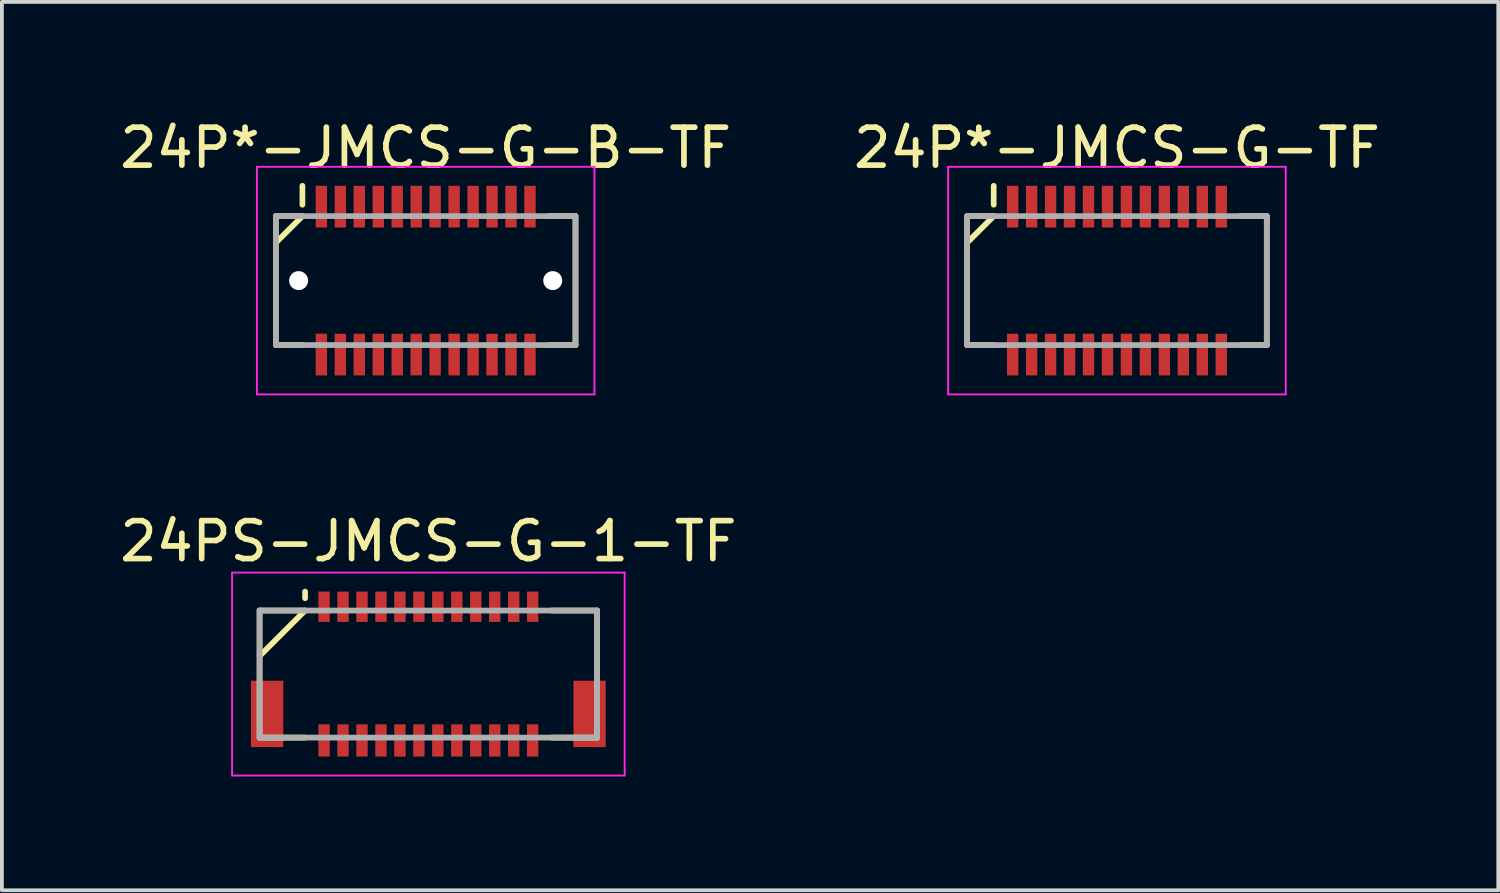
<source format=kicad_pcb>
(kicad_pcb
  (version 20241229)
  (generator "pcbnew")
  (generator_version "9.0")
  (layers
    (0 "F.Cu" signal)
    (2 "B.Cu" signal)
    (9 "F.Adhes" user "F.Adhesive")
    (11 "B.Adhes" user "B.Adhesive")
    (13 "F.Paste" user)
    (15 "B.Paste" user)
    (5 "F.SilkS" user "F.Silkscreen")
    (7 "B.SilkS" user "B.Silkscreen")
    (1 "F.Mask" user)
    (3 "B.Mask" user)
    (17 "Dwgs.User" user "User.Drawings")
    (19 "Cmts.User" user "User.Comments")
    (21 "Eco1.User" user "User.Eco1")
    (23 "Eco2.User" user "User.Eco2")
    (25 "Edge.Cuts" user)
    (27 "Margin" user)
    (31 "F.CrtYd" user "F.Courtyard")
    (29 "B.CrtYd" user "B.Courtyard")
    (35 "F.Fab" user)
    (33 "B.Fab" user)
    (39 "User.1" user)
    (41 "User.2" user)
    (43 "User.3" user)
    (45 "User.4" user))
  (footprint "24PS-JMCS-G-1-TF"
    (layer "F.Cu")
    (at 8.244 14.722)
    (property "Reference" "24PS-JMCS-G-1-TF" (at 0 -3.5 0) (layer "F.SilkS") (effects (font (size 1 1) (thickness 0.15))))
    (attr smd)
    (fp_line (start -4.45 -1.675) (end -4.45 1.675) (stroke (width 0.15) (type solid)) (layer "F.SilkS"))
    (fp_line (start -4.45 -1.675) (end -3.25 -1.675) (stroke (width 0.15) (type solid)) (layer "F.SilkS"))
    (fp_line (start -4.45 1.675) (end -3.25 1.675) (stroke (width 0.15) (type solid)) (layer "F.SilkS"))
    (fp_line (start -3.25 -2.175) (end -3.25 -2) (stroke (width 0.15) (type solid)) (layer "F.SilkS"))
    (fp_line (start -3.25 -1.675) (end -4.45 -0.475) (stroke (width 0.15) (type solid)) (layer "F.SilkS"))
    (fp_line (start 3.25 -1.675) (end 4.45 -1.675) (stroke (width 0.15) (type solid)) (layer "F.SilkS"))
    (fp_line (start 3.25 1.675) (end 4.45 1.675) (stroke (width 0.15) (type solid)) (layer "F.SilkS"))
    (fp_line (start 4.45 -1.675) (end 4.45 1.675) (stroke (width 0.15) (type solid)) (layer "F.SilkS"))
    (fp_line (start -5.175 -2.675) (end -5.175 2.675) (stroke (width 0.05) (type solid)) (layer "F.CrtYd"))
    (fp_line (start -5.175 -2.675) (end 5.175 -2.675) (stroke (width 0.05) (type solid)) (layer "F.CrtYd"))
    (fp_line (start -5.175 2.675) (end 5.175 2.675) (stroke (width 0.05) (type solid)) (layer "F.CrtYd"))
    (fp_line (start 5.175 -2.675) (end 5.175 2.675) (stroke (width 0.05) (type solid)) (layer "F.CrtYd"))
    (fp_line (start -4.45 -1.675) (end -4.45 1.675) (stroke (width 0.15) (type solid)) (layer "F.Fab"))
    (fp_line (start -4.45 -1.675) (end 4.45 -1.675) (stroke (width 0.15) (type solid)) (layer "F.Fab"))
    (fp_line (start -4.45 1.675) (end 4.45 1.675) (stroke (width 0.15) (type solid)) (layer "F.Fab"))
    (fp_line (start 4.45 -1.675) (end 4.45 1.675) (stroke (width 0.15) (type solid)) (layer "F.Fab"))
    (pad "1" smd rect (at -2.75 -1.775) (size 0.3 0.8) (layers "F.Cu" "F.Mask" "F.Paste"))
    (pad "2" smd rect (at -2.75 1.75) (size 0.3 0.85) (layers "F.Cu" "F.Mask" "F.Paste"))
    (pad "3" smd rect (at -2.25 -1.775) (size 0.3 0.8) (layers "F.Cu" "F.Mask" "F.Paste"))
    (pad "4" smd rect (at -2.25 1.75) (size 0.3 0.85) (layers "F.Cu" "F.Mask" "F.Paste"))
    (pad "5" smd rect (at -1.75 -1.775) (size 0.3 0.8) (layers "F.Cu" "F.Mask" "F.Paste"))
    (pad "6" smd rect (at -1.75 1.75) (size 0.3 0.85) (layers "F.Cu" "F.Mask" "F.Paste"))
    (pad "7" smd rect (at -1.25 -1.775) (size 0.3 0.8) (layers "F.Cu" "F.Mask" "F.Paste"))
    (pad "8" smd rect (at -1.25 1.75) (size 0.3 0.85) (layers "F.Cu" "F.Mask" "F.Paste"))
    (pad "9" smd rect (at -0.75 -1.775) (size 0.3 0.8) (layers "F.Cu" "F.Mask" "F.Paste"))
    (pad "10" smd rect (at -0.75 1.75) (size 0.3 0.85) (layers "F.Cu" "F.Mask" "F.Paste"))
    (pad "11" smd rect (at -0.25 -1.775) (size 0.3 0.8) (layers "F.Cu" "F.Mask" "F.Paste"))
    (pad "12" smd rect (at -0.25 1.75) (size 0.3 0.85) (layers "F.Cu" "F.Mask" "F.Paste"))
    (pad "13" smd rect (at 0.25 -1.775) (size 0.3 0.8) (layers "F.Cu" "F.Mask" "F.Paste"))
    (pad "14" smd rect (at 0.25 1.75) (size 0.3 0.85) (layers "F.Cu" "F.Mask" "F.Paste"))
    (pad "15" smd rect (at 0.75 -1.775) (size 0.3 0.8) (layers "F.Cu" "F.Mask" "F.Paste"))
    (pad "16" smd rect (at 0.75 1.75) (size 0.3 0.85) (layers "F.Cu" "F.Mask" "F.Paste"))
    (pad "17" smd rect (at 1.25 -1.775) (size 0.3 0.8) (layers "F.Cu" "F.Mask" "F.Paste"))
    (pad "18" smd rect (at 1.25 1.75) (size 0.3 0.85) (layers "F.Cu" "F.Mask" "F.Paste"))
    (pad "19" smd rect (at 1.75 -1.775) (size 0.3 0.8) (layers "F.Cu" "F.Mask" "F.Paste"))
    (pad "20" smd rect (at 1.75 1.75) (size 0.3 0.85) (layers "F.Cu" "F.Mask" "F.Paste"))
    (pad "21" smd rect (at 2.25 -1.775) (size 0.3 0.8) (layers "F.Cu" "F.Mask" "F.Paste"))
    (pad "22" smd rect (at 2.25 1.75) (size 0.3 0.85) (layers "F.Cu" "F.Mask" "F.Paste"))
    (pad "23" smd rect (at 2.75 -1.775) (size 0.3 0.8) (layers "F.Cu" "F.Mask" "F.Paste"))
    (pad "24" smd rect (at 2.75 1.75) (size 0.3 0.85) (layers "F.Cu" "F.Mask" "F.Paste"))
    (pad "S" smd rect (at -4.25 1.05) (size 0.85 1.75) (layers "F.Cu" "F.Mask" "F.Paste"))
    (pad "S" smd rect (at 4.25 1.05) (size 0.85 1.75) (layers "F.Cu" "F.Mask" "F.Paste")))
  (footprint "24P*-JMCS-G-TF"
    (layer "F.Cu")
    (at 26.399 4.348)
    (property "Reference" "24P*-JMCS-G-TF" (at 0 -3.5 0) (layer "F.SilkS") (effects (font (size 1 1) (thickness 0.15))))
    (attr smd)
    (fp_line (start -3.95 -1.7) (end -3.95 1.7) (stroke (width 0.15) (type solid)) (layer "F.SilkS"))
    (fp_line (start -3.95 -1.7) (end -3.25 -1.7) (stroke (width 0.15) (type solid)) (layer "F.SilkS"))
    (fp_line (start -3.95 1.7) (end -3.25 1.7) (stroke (width 0.15) (type solid)) (layer "F.SilkS"))
    (fp_line (start -3.25 -2.5) (end -3.25 -2) (stroke (width 0.15) (type solid)) (layer "F.SilkS"))
    (fp_line (start -3.25 -1.7) (end -3.95 -1) (stroke (width 0.15) (type solid)) (layer "F.SilkS"))
    (fp_line (start 3.25 -1.7) (end 3.95 -1.7) (stroke (width 0.15) (type solid)) (layer "F.SilkS"))
    (fp_line (start 3.25 1.7) (end 3.95 1.7) (stroke (width 0.15) (type solid)) (layer "F.SilkS"))
    (fp_line (start 3.95 -1.7) (end 3.95 1.7) (stroke (width 0.15) (type solid)) (layer "F.SilkS"))
    (fp_line (start -4.45 -3) (end -4.45 3) (stroke (width 0.05) (type solid)) (layer "F.CrtYd"))
    (fp_line (start -4.45 -3) (end 4.45 -3) (stroke (width 0.05) (type solid)) (layer "F.CrtYd"))
    (fp_line (start -4.45 3) (end 4.45 3) (stroke (width 0.05) (type solid)) (layer "F.CrtYd"))
    (fp_line (start 4.45 -3) (end 4.45 3) (stroke (width 0.05) (type solid)) (layer "F.CrtYd"))
    (fp_line (start -3.95 -1.7) (end -3.95 1.7) (stroke (width 0.15) (type solid)) (layer "F.Fab"))
    (fp_line (start -3.95 -1.7) (end 3.95 -1.7) (stroke (width 0.15) (type solid)) (layer "F.Fab"))
    (fp_line (start -3.95 1.7) (end 3.95 1.7) (stroke (width 0.15) (type solid)) (layer "F.Fab"))
    (fp_line (start 3.95 -1.7) (end 3.95 1.7) (stroke (width 0.15) (type solid)) (layer "F.Fab"))
    (pad "1" smd rect (at -2.75 -1.95) (size 0.3 1.1) (layers "F.Cu" "F.Mask" "F.Paste"))
    (pad "2" smd rect (at -2.75 1.95) (size 0.3 1.1) (layers "F.Cu" "F.Mask" "F.Paste"))
    (pad "3" smd rect (at -2.25 -1.95) (size 0.3 1.1) (layers "F.Cu" "F.Mask" "F.Paste"))
    (pad "4" smd rect (at -2.25 1.95) (size 0.3 1.1) (layers "F.Cu" "F.Mask" "F.Paste"))
    (pad "5" smd rect (at -1.75 -1.95) (size 0.3 1.1) (layers "F.Cu" "F.Mask" "F.Paste"))
    (pad "6" smd rect (at -1.75 1.95) (size 0.3 1.1) (layers "F.Cu" "F.Mask" "F.Paste"))
    (pad "7" smd rect (at -1.25 -1.95) (size 0.3 1.1) (layers "F.Cu" "F.Mask" "F.Paste"))
    (pad "8" smd rect (at -1.25 1.95) (size 0.3 1.1) (layers "F.Cu" "F.Mask" "F.Paste"))
    (pad "9" smd rect (at -0.75 -1.95) (size 0.3 1.1) (layers "F.Cu" "F.Mask" "F.Paste"))
    (pad "10" smd rect (at -0.75 1.95) (size 0.3 1.1) (layers "F.Cu" "F.Mask" "F.Paste"))
    (pad "11" smd rect (at -0.25 -1.95) (size 0.3 1.1) (layers "F.Cu" "F.Mask" "F.Paste"))
    (pad "12" smd rect (at -0.25 1.95) (size 0.3 1.1) (layers "F.Cu" "F.Mask" "F.Paste"))
    (pad "13" smd rect (at 0.25 -1.95) (size 0.3 1.1) (layers "F.Cu" "F.Mask" "F.Paste"))
    (pad "14" smd rect (at 0.25 1.95) (size 0.3 1.1) (layers "F.Cu" "F.Mask" "F.Paste"))
    (pad "15" smd rect (at 0.75 -1.95) (size 0.3 1.1) (layers "F.Cu" "F.Mask" "F.Paste"))
    (pad "16" smd rect (at 0.75 1.95) (size 0.3 1.1) (layers "F.Cu" "F.Mask" "F.Paste"))
    (pad "17" smd rect (at 1.25 -1.95) (size 0.3 1.1) (layers "F.Cu" "F.Mask" "F.Paste"))
    (pad "18" smd rect (at 1.25 1.95) (size 0.3 1.1) (layers "F.Cu" "F.Mask" "F.Paste"))
    (pad "19" smd rect (at 1.75 -1.95) (size 0.3 1.1) (layers "F.Cu" "F.Mask" "F.Paste"))
    (pad "20" smd rect (at 1.75 1.95) (size 0.3 1.1) (layers "F.Cu" "F.Mask" "F.Paste"))
    (pad "21" smd rect (at 2.25 -1.95) (size 0.3 1.1) (layers "F.Cu" "F.Mask" "F.Paste"))
    (pad "22" smd rect (at 2.25 1.95) (size 0.3 1.1) (layers "F.Cu" "F.Mask" "F.Paste"))
    (pad "23" smd rect (at 2.75 -1.95) (size 0.3 1.1) (layers "F.Cu" "F.Mask" "F.Paste"))
    (pad "24" smd rect (at 2.75 1.95) (size 0.3 1.1) (layers "F.Cu" "F.Mask" "F.Paste")))
  (footprint "24P*-JMCS-G-B-TF"
    (layer "F.Cu")
    (at 8.173 4.348)
    (property "Reference" "24P*-JMCS-G-B-TF" (at 0 -3.5 0) (layer "F.SilkS") (effects (font (size 1 1) (thickness 0.15))))
    (attr smd)
    (fp_line (start -3.95 -1.7) (end -3.95 1.7) (stroke (width 0.15) (type solid)) (layer "F.SilkS"))
    (fp_line (start -3.95 -1.7) (end -3.25 -1.7) (stroke (width 0.15) (type solid)) (layer "F.SilkS"))
    (fp_line (start -3.95 1.7) (end -3.25 1.7) (stroke (width 0.15) (type solid)) (layer "F.SilkS"))
    (fp_line (start -3.25 -2.5) (end -3.25 -2) (stroke (width 0.15) (type solid)) (layer "F.SilkS"))
    (fp_line (start -3.25 -1.7) (end -3.95 -1) (stroke (width 0.15) (type solid)) (layer "F.SilkS"))
    (fp_line (start 3.25 -1.7) (end 3.95 -1.7) (stroke (width 0.15) (type solid)) (layer "F.SilkS"))
    (fp_line (start 3.25 1.7) (end 3.95 1.7) (stroke (width 0.15) (type solid)) (layer "F.SilkS"))
    (fp_line (start 3.95 -1.7) (end 3.95 1.7) (stroke (width 0.15) (type solid)) (layer "F.SilkS"))
    (fp_line (start -4.45 -3) (end -4.45 3) (stroke (width 0.05) (type solid)) (layer "F.CrtYd"))
    (fp_line (start -4.45 -3) (end 4.45 -3) (stroke (width 0.05) (type solid)) (layer "F.CrtYd"))
    (fp_line (start -4.45 3) (end 4.45 3) (stroke (width 0.05) (type solid)) (layer "F.CrtYd"))
    (fp_line (start 4.45 -3) (end 4.45 3) (stroke (width 0.05) (type solid)) (layer "F.CrtYd"))
    (fp_line (start -3.95 -1.7) (end -3.95 1.7) (stroke (width 0.15) (type solid)) (layer "F.Fab"))
    (fp_line (start -3.95 -1.7) (end 3.95 -1.7) (stroke (width 0.15) (type solid)) (layer "F.Fab"))
    (fp_line (start -3.95 1.7) (end 3.95 1.7) (stroke (width 0.15) (type solid)) (layer "F.Fab"))
    (fp_line (start 3.95 -1.7) (end 3.95 1.7) (stroke (width 0.15) (type solid)) (layer "F.Fab"))
    (pad "" np_thru_hole circle (at -3.35 0) (size 0.5 0.5) (drill 0.5) (layers "*.Cu" "*.Mask"))
    (pad "" np_thru_hole circle (at 3.35 0) (size 0.5 0.5) (drill 0.5) (layers "*.Cu" "*.Mask"))
    (pad "1" smd rect (at -2.75 -1.95) (size 0.3 1.1) (layers "F.Cu" "F.Mask" "F.Paste"))
    (pad "2" smd rect (at -2.75 1.95) (size 0.3 1.1) (layers "F.Cu" "F.Mask" "F.Paste"))
    (pad "3" smd rect (at -2.25 -1.95) (size 0.3 1.1) (layers "F.Cu" "F.Mask" "F.Paste"))
    (pad "4" smd rect (at -2.25 1.95) (size 0.3 1.1) (layers "F.Cu" "F.Mask" "F.Paste"))
    (pad "5" smd rect (at -1.75 -1.95) (size 0.3 1.1) (layers "F.Cu" "F.Mask" "F.Paste"))
    (pad "6" smd rect (at -1.75 1.95) (size 0.3 1.1) (layers "F.Cu" "F.Mask" "F.Paste"))
    (pad "7" smd rect (at -1.25 -1.95) (size 0.3 1.1) (layers "F.Cu" "F.Mask" "F.Paste"))
    (pad "8" smd rect (at -1.25 1.95) (size 0.3 1.1) (layers "F.Cu" "F.Mask" "F.Paste"))
    (pad "9" smd rect (at -0.75 -1.95) (size 0.3 1.1) (layers "F.Cu" "F.Mask" "F.Paste"))
    (pad "10" smd rect (at -0.75 1.95) (size 0.3 1.1) (layers "F.Cu" "F.Mask" "F.Paste"))
    (pad "11" smd rect (at -0.25 -1.95) (size 0.3 1.1) (layers "F.Cu" "F.Mask" "F.Paste"))
    (pad "12" smd rect (at -0.25 1.95) (size 0.3 1.1) (layers "F.Cu" "F.Mask" "F.Paste"))
    (pad "13" smd rect (at 0.25 -1.95) (size 0.3 1.1) (layers "F.Cu" "F.Mask" "F.Paste"))
    (pad "14" smd rect (at 0.25 1.95) (size 0.3 1.1) (layers "F.Cu" "F.Mask" "F.Paste"))
    (pad "15" smd rect (at 0.75 -1.95) (size 0.3 1.1) (layers "F.Cu" "F.Mask" "F.Paste"))
    (pad "16" smd rect (at 0.75 1.95) (size 0.3 1.1) (layers "F.Cu" "F.Mask" "F.Paste"))
    (pad "17" smd rect (at 1.25 -1.95) (size 0.3 1.1) (layers "F.Cu" "F.Mask" "F.Paste"))
    (pad "18" smd rect (at 1.25 1.95) (size 0.3 1.1) (layers "F.Cu" "F.Mask" "F.Paste"))
    (pad "19" smd rect (at 1.75 -1.95) (size 0.3 1.1) (layers "F.Cu" "F.Mask" "F.Paste"))
    (pad "20" smd rect (at 1.75 1.95) (size 0.3 1.1) (layers "F.Cu" "F.Mask" "F.Paste"))
    (pad "21" smd rect (at 2.25 -1.95) (size 0.3 1.1) (layers "F.Cu" "F.Mask" "F.Paste"))
    (pad "22" smd rect (at 2.25 1.95) (size 0.3 1.1) (layers "F.Cu" "F.Mask" "F.Paste"))
    (pad "23" smd rect (at 2.75 -1.95) (size 0.3 1.1) (layers "F.Cu" "F.Mask" "F.Paste"))
    (pad "24" smd rect (at 2.75 1.95) (size 0.3 1.1) (layers "F.Cu" "F.Mask" "F.Paste")))
  (gr_rect
    (start -3 -3)
    (end 36.452 20.422)
    (stroke (width 0.1) (type default))
    (fill no)
    (layer "Edge.Cuts")))
</source>
